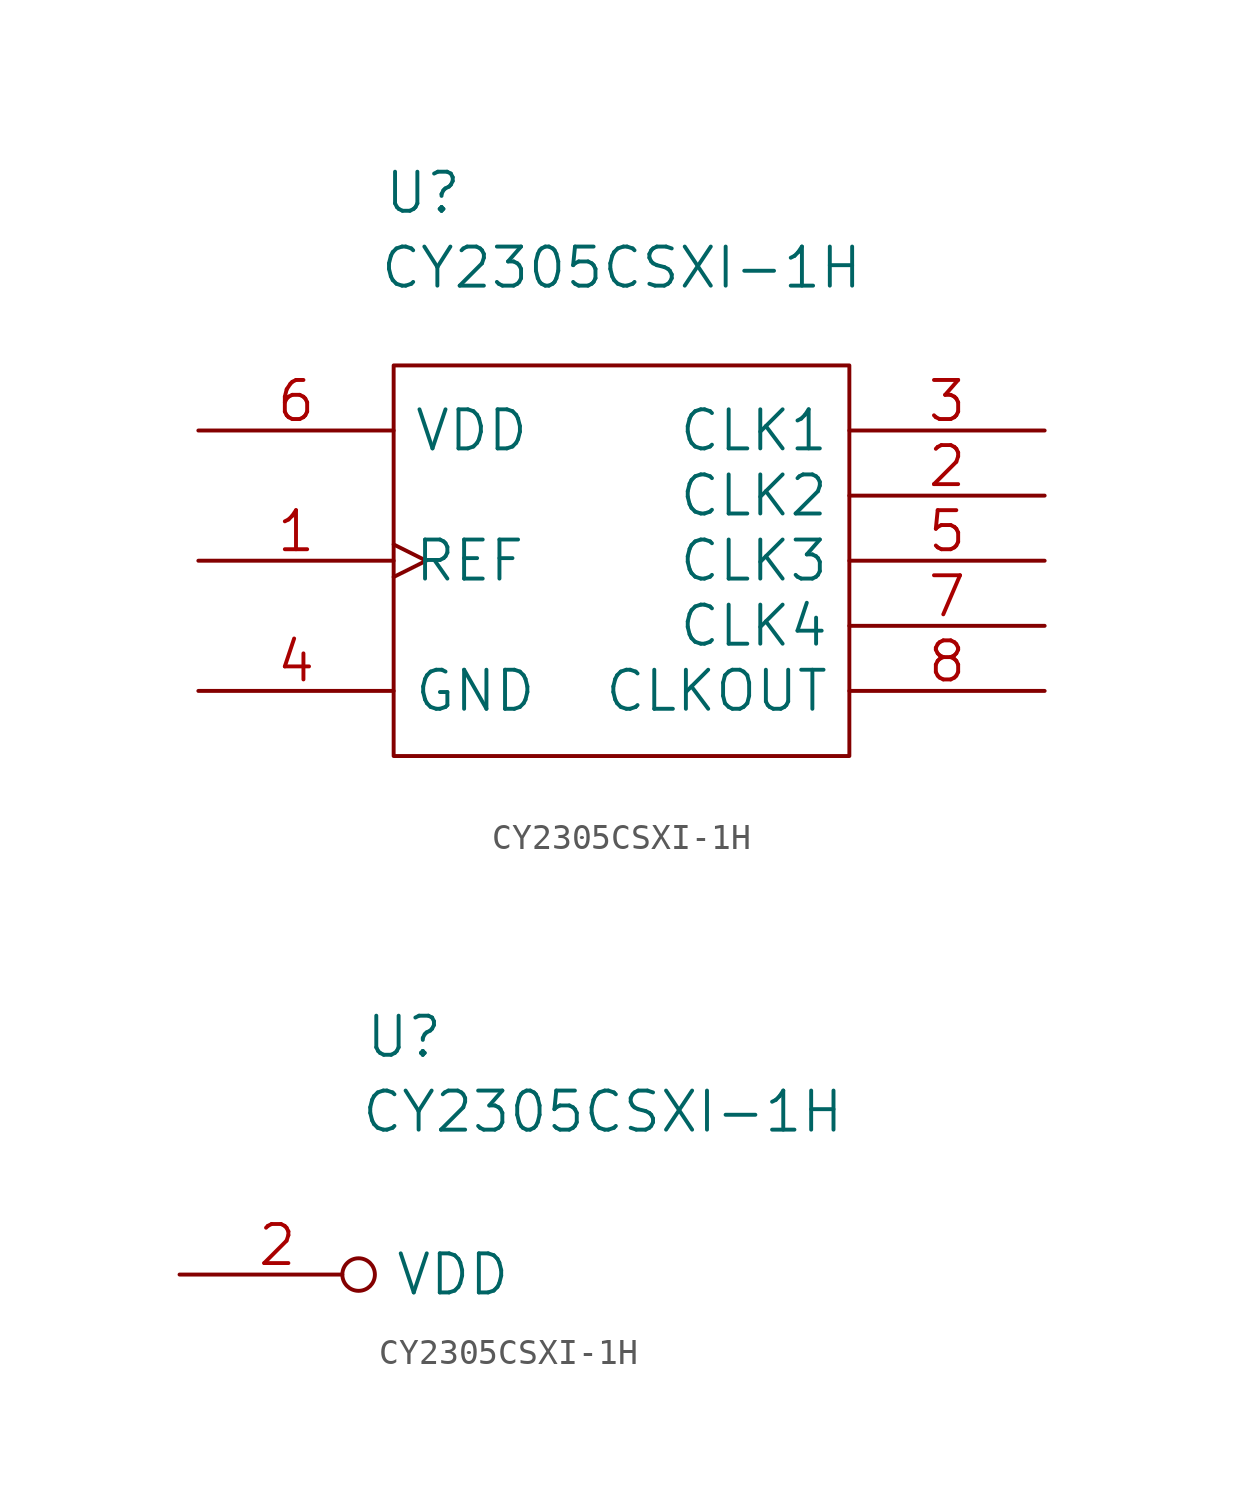
<source format=kicad_sym>
(kicad_symbol_lib
  (version 20220914)
  (generator kicad_symbol_editor)
  (symbol "CY2305CSXI-1H"
    (pin_names
      (offset 0.762))
    (property "Reference" "U"
      (at 8.763 9.271 0)
      (effects (font (size 1.524 1.524))))
    (property "Value" "CY2305CSXI-1H"
      (at 16.51 6.35 0)
      (effects (font (size 1.524 1.524))))
    (symbol "CY2305CSXI-1H_0_1"
      (rectangle (start 7.62 2.54) (end 25.4 -12.7) (stroke (width 0) (type default)) (fill (type none))))
    (symbol "CY2305CSXI-1H_1_1"
      (pin input clock (at 0 -5.08 0) (length 7.62) (name "REF" (effects (font (size 1.524 1.524)))) (number "1" (effects (font (size 1.524 1.524)))))
      (pin output line (at 33.02 -2.54 180) (length 7.62) (name "CLK2" (effects (font (size 1.524 1.524)))) (number "2" (effects (font (size 1.524 1.524)))))
      (pin output line (at 33.02 0 180) (length 7.62) (name "CLK1" (effects (font (size 1.524 1.524)))) (number "3" (effects (font (size 1.524 1.524)))))
      (pin power_in line (at 0 -10.16 0) (length 7.62) (name "GND" (effects (font (size 1.524 1.524)))) (number "4" (effects (font (size 1.524 1.524)))))
      (pin output line (at 33.02 -5.08 180) (length 7.62) (name "CLK3" (effects (font (size 1.524 1.524)))) (number "5" (effects (font (size 1.524 1.524)))))
      (pin power_in line (at 0 0 0) (length 7.62) (name "VDD" (effects (font (size 1.524 1.524)))) (number "6" (effects (font (size 1.524 1.524)))))
      (pin output line (at 33.02 -7.62 180) (length 7.62) (name "CLK4" (effects (font (size 1.524 1.524)))) (number "7" (effects (font (size 1.524 1.524)))))
      (pin output line (at 33.02 -10.16 180) (length 7.62) (name "CLKOUT" (effects (font (size 1.524 1.524)))) (number "8" (effects (font (size 1.524 1.524))))))
    (symbol "CY2305CSXI-1H_1_2"
      (pin power_in inverted (at 0 0 0) (length 7.62) (name "VDD" (effects (font (size 1.524 1.524)))) (number "2" (effects (font (size 1.524 1.524))))))))
</source>
